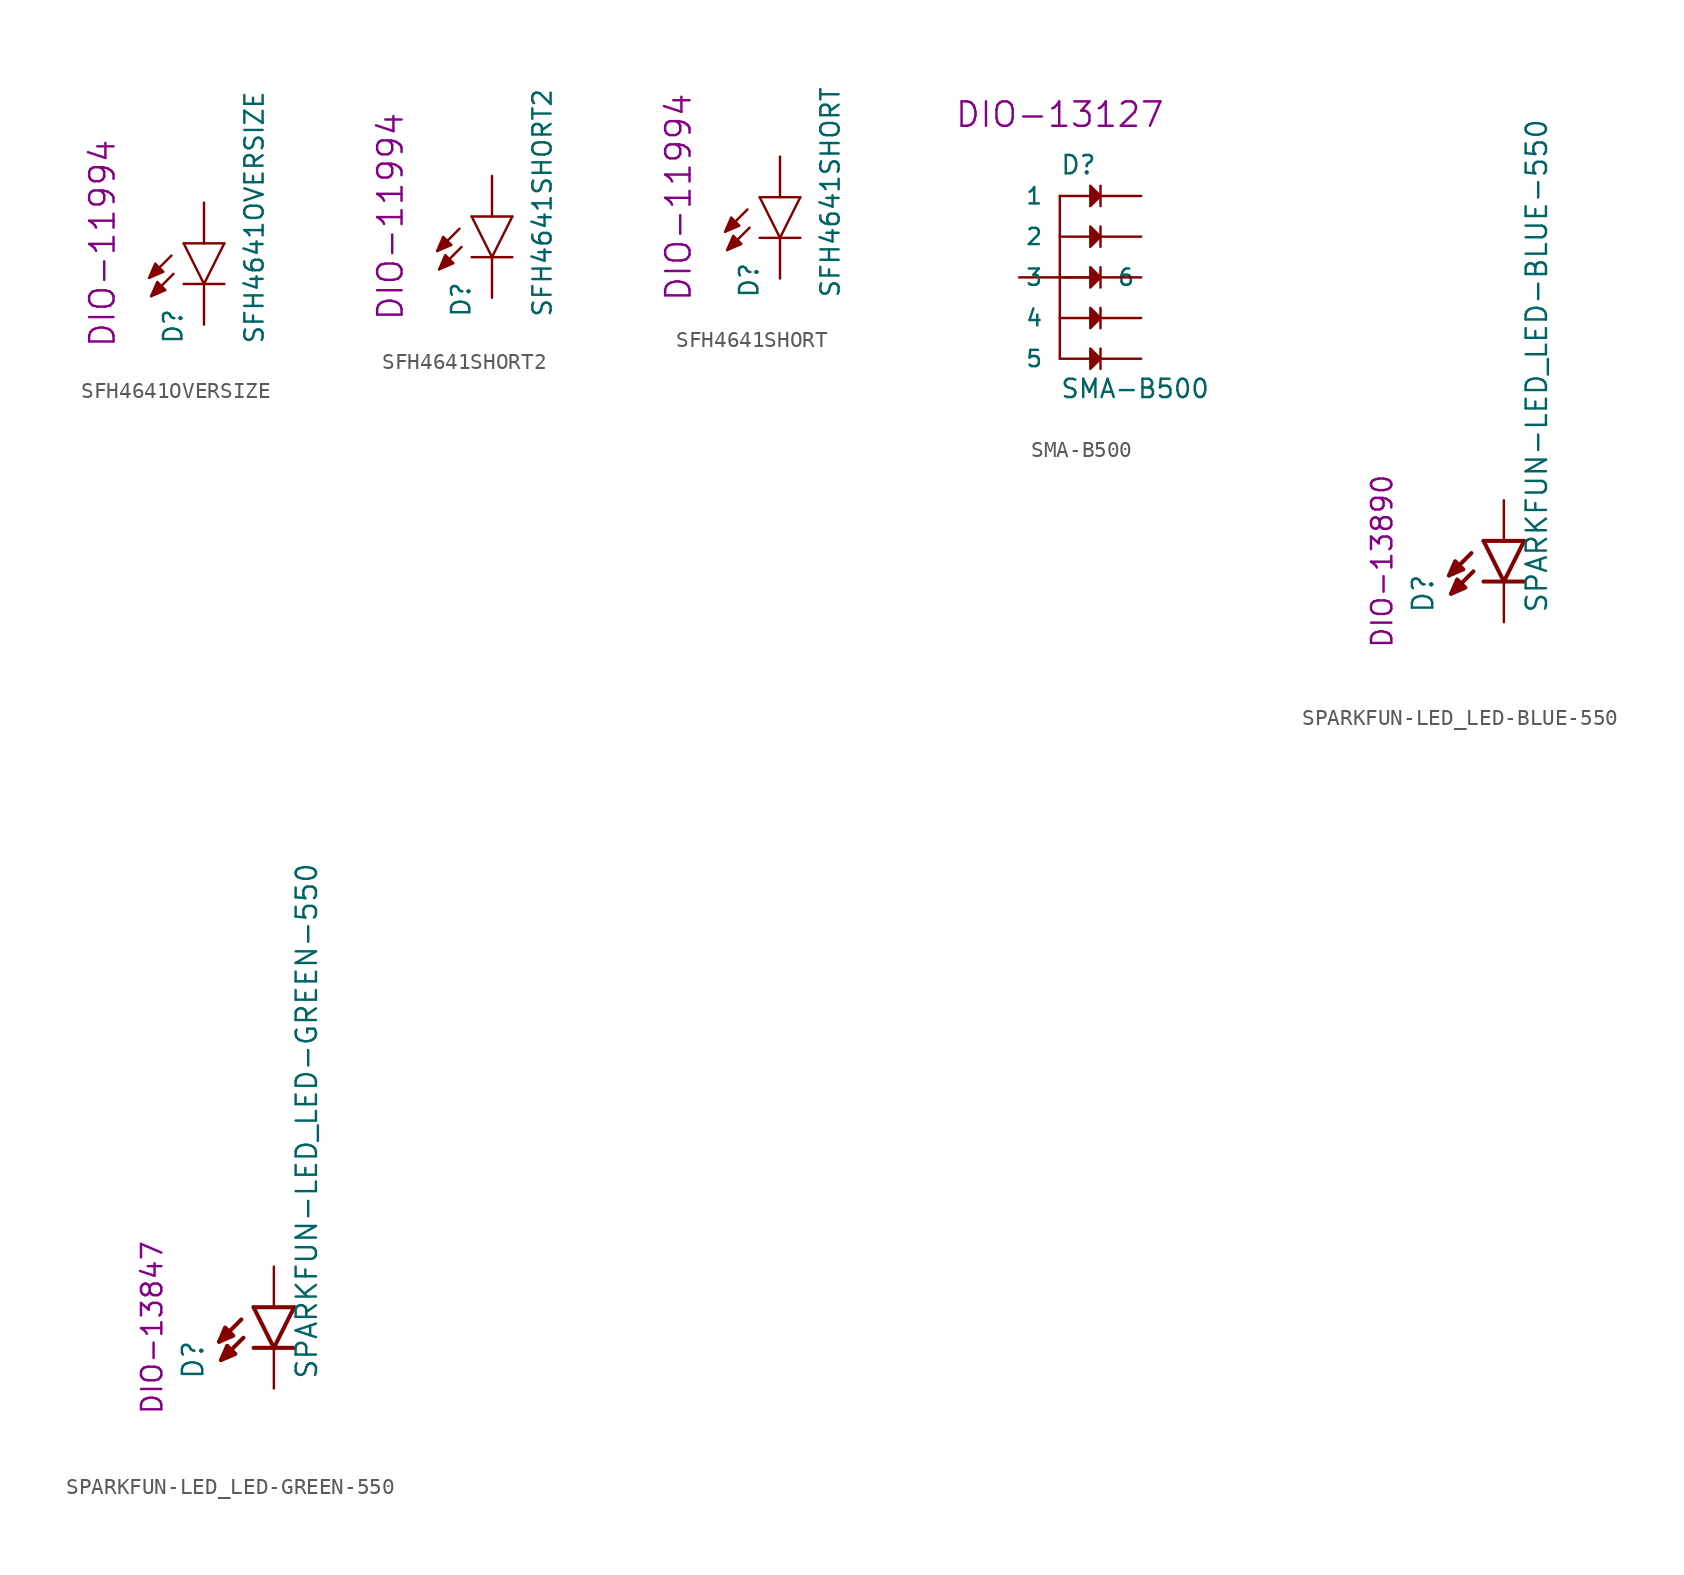
<source format=kicad_sym>
(kicad_symbol_lib
  (version 20211014)
  (generator kicad_symbol_editor)
  (symbol "SFH4641OVERSIZE"
    (pin_numbers hide)
    (pin_names
      (offset 1.016) hide)
    (property "Reference" "D"
      (at -1.27 -6.35 90)
      (effects (font (size 1.143 1.143)) (justify left bottom)))
    (property "Value" "SFH4641OVERSIZE"
      (at 3.81 -6.35 90)
      (effects (font (size 1.143 1.143)) (justify left bottom)))
    (property "Field4" "DIO-11994"
      (at -6.35 0 90)
      (effects (font (size 1.524 1.524))))
    (property "ki_locked" ""
      (at 0 0 0)
      (effects (font (size 1.27 1.27))))
    (symbol "SFH4641OVERSIZE_1_0"
      (polyline (pts (xy -2.032 -0.762) (xy -3.429 -2.159)) (stroke (width 0) (type default) (color 0 0 0 0)) (fill (type none)))
      (polyline (pts (xy -1.905 -1.905) (xy -3.302 -3.302)) (stroke (width 0) (type default) (color 0 0 0 0)) (fill (type none)))
      (polyline (pts (xy 0 -2.54) (xy -1.27 -2.54)) (stroke (width 0) (type default) (color 0 0 0 0)) (fill (type none)))
      (polyline (pts (xy 0 -2.54) (xy -1.27 0)) (stroke (width 0) (type default) (color 0 0 0 0)) (fill (type none)))
      (polyline (pts (xy 1.27 -2.54) (xy 0 -2.54)) (stroke (width 0) (type default) (color 0 0 0 0)) (fill (type none)))
      (polyline (pts (xy 1.27 0) (xy -1.27 0)) (stroke (width 0) (type default) (color 0 0 0 0)) (fill (type none)))
      (polyline (pts (xy 1.27 0) (xy 0 -2.54)) (stroke (width 0) (type default) (color 0 0 0 0)) (fill (type none))))
    (symbol "SFH4641OVERSIZE_1_1"
      (polyline (pts (xy -3.429 -2.159) (xy -3.048 -1.27) (xy -3.048 -1.27) (xy -2.54 -1.778) (xy -2.54 -1.778) (xy -3.429 -2.159)) (stroke (width 0) (type default) (color 0 0 0 0)) (fill (type outline)))
      (polyline (pts (xy -3.302 -3.302) (xy -2.921 -2.413) (xy -2.921 -2.413) (xy -2.413 -2.921) (xy -2.413 -2.921) (xy -3.302 -3.302)) (stroke (width 0) (type default) (color 0 0 0 0)) (fill (type outline)))
      (pin passive line (at 0 2.54 270) (length 2.54) (name "A" (effects (font (size 1.016 1.016)))) (number "A" (effects (font (size 1.016 1.016)))))
      (pin passive line (at 0 -5.08 90) (length 2.54) (name "C" (effects (font (size 1.016 1.016)))) (number "C" (effects (font (size 1.016 1.016)))))))
  (symbol "SFH4641SHORT2"
    (pin_numbers hide)
    (pin_names
      (offset 1.016) hide)
    (property "Reference" "D"
      (at -1.27 -6.35 90)
      (effects (font (size 1.143 1.143)) (justify left bottom)))
    (property "Value" "SFH4641SHORT2"
      (at 3.81 -6.35 90)
      (effects (font (size 1.143 1.143)) (justify left bottom)))
    (property "Field4" "DIO-11994"
      (at -6.35 0 90)
      (effects (font (size 1.524 1.524))))
    (property "ki_locked" ""
      (at 0 0 0)
      (effects (font (size 1.27 1.27))))
    (symbol "SFH4641SHORT2_1_0"
      (polyline (pts (xy -2.032 -0.762) (xy -3.429 -2.159)) (stroke (width 0) (type default) (color 0 0 0 0)) (fill (type none)))
      (polyline (pts (xy -1.905 -1.905) (xy -3.302 -3.302)) (stroke (width 0) (type default) (color 0 0 0 0)) (fill (type none)))
      (polyline (pts (xy 0 -2.54) (xy -1.27 -2.54)) (stroke (width 0) (type default) (color 0 0 0 0)) (fill (type none)))
      (polyline (pts (xy 0 -2.54) (xy -1.27 0)) (stroke (width 0) (type default) (color 0 0 0 0)) (fill (type none)))
      (polyline (pts (xy 1.27 -2.54) (xy 0 -2.54)) (stroke (width 0) (type default) (color 0 0 0 0)) (fill (type none)))
      (polyline (pts (xy 1.27 0) (xy -1.27 0)) (stroke (width 0) (type default) (color 0 0 0 0)) (fill (type none)))
      (polyline (pts (xy 1.27 0) (xy 0 -2.54)) (stroke (width 0) (type default) (color 0 0 0 0)) (fill (type none))))
    (symbol "SFH4641SHORT2_1_1"
      (polyline (pts (xy -3.429 -2.159) (xy -3.048 -1.27) (xy -3.048 -1.27) (xy -2.54 -1.778) (xy -2.54 -1.778) (xy -3.429 -2.159)) (stroke (width 0) (type default) (color 0 0 0 0)) (fill (type outline)))
      (polyline (pts (xy -3.302 -3.302) (xy -2.921 -2.413) (xy -2.921 -2.413) (xy -2.413 -2.921) (xy -2.413 -2.921) (xy -3.302 -3.302)) (stroke (width 0) (type default) (color 0 0 0 0)) (fill (type outline)))
      (pin passive line (at 0 2.54 270) (length 2.54) (name "A" (effects (font (size 1.016 1.016)))) (number "A" (effects (font (size 1.016 1.016)))))
      (pin passive line (at 0 -5.08 90) (length 2.54) (name "C" (effects (font (size 1.016 1.016)))) (number "C" (effects (font (size 1.016 1.016)))))))
  (symbol "SFH4641SHORT"
    (pin_numbers hide)
    (pin_names
      (offset 1.016) hide)
    (property "Reference" "D"
      (at -1.27 -6.35 90)
      (effects (font (size 1.143 1.143)) (justify left bottom)))
    (property "Value" "SFH4641SHORT"
      (at 3.81 -6.35 90)
      (effects (font (size 1.143 1.143)) (justify left bottom)))
    (property "Field4" "DIO-11994"
      (at -6.35 0 90)
      (effects (font (size 1.524 1.524))))
    (property "ki_locked" ""
      (at 0 0 0)
      (effects (font (size 1.27 1.27))))
    (symbol "SFH4641SHORT_1_0"
      (polyline (pts (xy -2.032 -0.762) (xy -3.429 -2.159)) (stroke (width 0) (type default) (color 0 0 0 0)) (fill (type none)))
      (polyline (pts (xy -1.905 -1.905) (xy -3.302 -3.302)) (stroke (width 0) (type default) (color 0 0 0 0)) (fill (type none)))
      (polyline (pts (xy 0 -2.54) (xy -1.27 -2.54)) (stroke (width 0) (type default) (color 0 0 0 0)) (fill (type none)))
      (polyline (pts (xy 0 -2.54) (xy -1.27 0)) (stroke (width 0) (type default) (color 0 0 0 0)) (fill (type none)))
      (polyline (pts (xy 1.27 -2.54) (xy 0 -2.54)) (stroke (width 0) (type default) (color 0 0 0 0)) (fill (type none)))
      (polyline (pts (xy 1.27 0) (xy -1.27 0)) (stroke (width 0) (type default) (color 0 0 0 0)) (fill (type none)))
      (polyline (pts (xy 1.27 0) (xy 0 -2.54)) (stroke (width 0) (type default) (color 0 0 0 0)) (fill (type none))))
    (symbol "SFH4641SHORT_1_1"
      (polyline (pts (xy -3.429 -2.159) (xy -3.048 -1.27) (xy -3.048 -1.27) (xy -2.54 -1.778) (xy -2.54 -1.778) (xy -3.429 -2.159)) (stroke (width 0) (type default) (color 0 0 0 0)) (fill (type outline)))
      (polyline (pts (xy -3.302 -3.302) (xy -2.921 -2.413) (xy -2.921 -2.413) (xy -2.413 -2.921) (xy -2.413 -2.921) (xy -3.302 -3.302)) (stroke (width 0) (type default) (color 0 0 0 0)) (fill (type outline)))
      (pin passive line (at 0 2.54 270) (length 2.54) (name "A" (effects (font (size 1.016 1.016)))) (number "A" (effects (font (size 1.016 1.016)))))
      (pin passive line (at 0 -5.08 90) (length 2.54) (name "C" (effects (font (size 1.016 1.016)))) (number "C" (effects (font (size 1.016 1.016)))))))
  (symbol "SMA-B500"
    (pin_numbers hide)
    (pin_names
      (offset 1.016))
    (property "Reference" "D"
      (at 0 6.35 0)
      (effects (font (size 1.143 1.143)) (justify left bottom)))
    (property "Value" "SMA-B500"
      (at 0 -7.62 0)
      (effects (font (size 1.143 1.143)) (justify left bottom)))
    (property "Field4" "DIO-13127"
      (at 0 10.16 0)
      (effects (font (size 1.524 1.524))))
    (property "ki_locked" ""
      (at 0 0 0)
      (effects (font (size 1.27 1.27))))
    (symbol "SMA-B500_1_0"
      (polyline (pts (xy 0 -5.08) (xy 0 5.08)) (stroke (width 0) (type default) (color 0 0 0 0)) (fill (type none)))
      (polyline (pts (xy 2.54 -5.715) (xy 2.54 -4.445)) (stroke (width 0) (type default) (color 0 0 0 0)) (fill (type none)))
      (polyline (pts (xy 2.54 -3.175) (xy 2.54 -1.905)) (stroke (width 0) (type default) (color 0 0 0 0)) (fill (type none)))
      (polyline (pts (xy 2.54 -0.635) (xy 2.54 0.635)) (stroke (width 0) (type default) (color 0 0 0 0)) (fill (type none)))
      (polyline (pts (xy 2.54 1.905) (xy 2.54 3.175)) (stroke (width 0) (type default) (color 0 0 0 0)) (fill (type none)))
      (polyline (pts (xy 2.54 4.445) (xy 2.54 5.715)) (stroke (width 0) (type default) (color 0 0 0 0)) (fill (type none))))
    (symbol "SMA-B500_1_1"
      (polyline (pts (xy 1.905 -5.715) (xy 1.905 -4.445) (xy 1.905 -4.445) (xy 2.54 -5.08) (xy 2.54 -5.08) (xy 1.905 -5.715)) (stroke (width 0) (type default) (color 0 0 0 0)) (fill (type outline)))
      (polyline (pts (xy 1.905 -3.175) (xy 1.905 -1.905) (xy 1.905 -1.905) (xy 2.54 -2.54) (xy 2.54 -2.54) (xy 1.905 -3.175)) (stroke (width 0) (type default) (color 0 0 0 0)) (fill (type outline)))
      (polyline (pts (xy 1.905 -0.635) (xy 1.905 0.635) (xy 1.905 0.635) (xy 2.54 0) (xy 2.54 0) (xy 1.905 -0.635)) (stroke (width 0) (type default) (color 0 0 0 0)) (fill (type outline)))
      (polyline (pts (xy 1.905 1.905) (xy 1.905 3.175) (xy 1.905 3.175) (xy 2.54 2.54) (xy 2.54 2.54) (xy 1.905 1.905)) (stroke (width 0) (type default) (color 0 0 0 0)) (fill (type outline)))
      (polyline (pts (xy 1.905 4.445) (xy 1.905 5.715) (xy 1.905 5.715) (xy 2.54 5.08) (xy 2.54 5.08) (xy 1.905 4.445)) (stroke (width 0) (type default) (color 0 0 0 0)) (fill (type outline)))
      (pin bidirectional line (at 5.08 5.08 180) (length 5.08) (name "1" (effects (font (size 1.016 1.016)))) (number "1" (effects (font (size 1.016 1.016)))))
      (pin bidirectional line (at 5.08 2.54 180) (length 5.08) (name "2" (effects (font (size 1.016 1.016)))) (number "2" (effects (font (size 1.016 1.016)))))
      (pin bidirectional line (at 5.08 0 180) (length 5.08) (name "3" (effects (font (size 1.016 1.016)))) (number "3" (effects (font (size 1.016 1.016)))))
      (pin bidirectional line (at 5.08 -2.54 180) (length 5.08) (name "4" (effects (font (size 1.016 1.016)))) (number "4" (effects (font (size 1.016 1.016)))))
      (pin bidirectional line (at 5.08 -5.08 180) (length 5.08) (name "5" (effects (font (size 1.016 1.016)))) (number "5" (effects (font (size 1.016 1.016)))))
      (pin bidirectional line (at -2.54 0 0) (length 5.08) (name "6" (effects (font (size 1.016 1.016)))) (number "6" (effects (font (size 1.016 1.016)))))))
  (symbol "SPARKFUN-LED_LED-BLUE-550"
    (pin_numbers hide)
    (pin_names
      (offset 1.27) hide)
    (property "Reference" "D"
      (at -4.318 -4.572 90)
      (effects (font (size 1.27 1.27)) (justify left bottom)))
    (property "Value" "SPARKFUN-LED_LED-BLUE-550"
      (at 2.794 -4.572 90)
      (effects (font (size 1.27 1.27)) (justify left bottom)))
    (property "Field4" "DIO-13890"
      (at -7.62 -1.27 90)
      (effects (font (size 1.27 1.27))))
    (symbol "SPARKFUN-LED_LED-BLUE-550_1_0"
      (polyline (pts (xy -2.032 -0.762) (xy -3.429 -2.159)) (stroke (width 0.254) (type default) (color 0 0 0 0)) (fill (type none)))
      (polyline (pts (xy -1.905 -1.905) (xy -3.302 -3.302)) (stroke (width 0.254) (type default) (color 0 0 0 0)) (fill (type none)))
      (polyline (pts (xy 0 -2.54) (xy -1.27 -2.54)) (stroke (width 0.254) (type default) (color 0 0 0 0)) (fill (type none)))
      (polyline (pts (xy 0 -2.54) (xy -1.27 0)) (stroke (width 0.254) (type default) (color 0 0 0 0)) (fill (type none)))
      (polyline (pts (xy 1.27 -2.54) (xy 0 -2.54)) (stroke (width 0.254) (type default) (color 0 0 0 0)) (fill (type none)))
      (polyline (pts (xy 1.27 0) (xy -1.27 0)) (stroke (width 0.254) (type default) (color 0 0 0 0)) (fill (type none)))
      (polyline (pts (xy 1.27 0) (xy 0 -2.54)) (stroke (width 0.254) (type default) (color 0 0 0 0)) (fill (type none))))
    (symbol "SPARKFUN-LED_LED-BLUE-550_1_1"
      (polyline (pts (xy -3.429 -2.159) (xy -3.048 -1.27) (xy -3.048 -1.27) (xy -2.54 -1.778) (xy -2.54 -1.778) (xy -3.429 -2.159)) (stroke (width 0.254) (type default) (color 0 0 0 0)) (fill (type outline)))
      (polyline (pts (xy -3.302 -3.302) (xy -2.921 -2.413) (xy -2.921 -2.413) (xy -2.413 -2.921) (xy -2.413 -2.921) (xy -3.302 -3.302)) (stroke (width 0.254) (type default) (color 0 0 0 0)) (fill (type outline)))
      (pin passive line (at 0 -5.08 90) (length 2.54) (name "C" (effects (font (size 1.27 1.27)))) (number "1" (effects (font (size 1.27 1.27)))))
      (pin passive line (at 0 2.54 270) (length 2.54) (name "A" (effects (font (size 1.27 1.27)))) (number "2" (effects (font (size 1.27 1.27)))))))
  (symbol "SPARKFUN-LED_LED-GREEN-550"
    (pin_numbers hide)
    (pin_names
      (offset 1.27) hide)
    (property "Reference" "D"
      (at -4.318 -4.572 90)
      (effects (font (size 1.27 1.27)) (justify left bottom)))
    (property "Value" "SPARKFUN-LED_LED-GREEN-550"
      (at 2.794 -4.572 90)
      (effects (font (size 1.27 1.27)) (justify left bottom)))
    (property "Field4" "DIO-13847"
      (at -7.62 -1.27 90)
      (effects (font (size 1.27 1.27))))
    (symbol "SPARKFUN-LED_LED-GREEN-550_1_0"
      (polyline (pts (xy -2.032 -0.762) (xy -3.429 -2.159)) (stroke (width 0.254) (type default) (color 0 0 0 0)) (fill (type none)))
      (polyline (pts (xy -1.905 -1.905) (xy -3.302 -3.302)) (stroke (width 0.254) (type default) (color 0 0 0 0)) (fill (type none)))
      (polyline (pts (xy 0 -2.54) (xy -1.27 -2.54)) (stroke (width 0.254) (type default) (color 0 0 0 0)) (fill (type none)))
      (polyline (pts (xy 0 -2.54) (xy -1.27 0)) (stroke (width 0.254) (type default) (color 0 0 0 0)) (fill (type none)))
      (polyline (pts (xy 1.27 -2.54) (xy 0 -2.54)) (stroke (width 0.254) (type default) (color 0 0 0 0)) (fill (type none)))
      (polyline (pts (xy 1.27 0) (xy -1.27 0)) (stroke (width 0.254) (type default) (color 0 0 0 0)) (fill (type none)))
      (polyline (pts (xy 1.27 0) (xy 0 -2.54)) (stroke (width 0.254) (type default) (color 0 0 0 0)) (fill (type none))))
    (symbol "SPARKFUN-LED_LED-GREEN-550_1_1"
      (polyline (pts (xy -3.429 -2.159) (xy -3.048 -1.27) (xy -3.048 -1.27) (xy -2.54 -1.778) (xy -2.54 -1.778) (xy -3.429 -2.159)) (stroke (width 0.254) (type default) (color 0 0 0 0)) (fill (type outline)))
      (polyline (pts (xy -3.302 -3.302) (xy -2.921 -2.413) (xy -2.921 -2.413) (xy -2.413 -2.921) (xy -2.413 -2.921) (xy -3.302 -3.302)) (stroke (width 0.254) (type default) (color 0 0 0 0)) (fill (type outline)))
      (pin passive line (at 0 -5.08 90) (length 2.54) (name "C" (effects (font (size 1.27 1.27)))) (number "1" (effects (font (size 1.27 1.27)))))
      (pin passive line (at 0 2.54 270) (length 2.54) (name "A" (effects (font (size 1.27 1.27)))) (number "2" (effects (font (size 1.27 1.27))))))))
</source>
